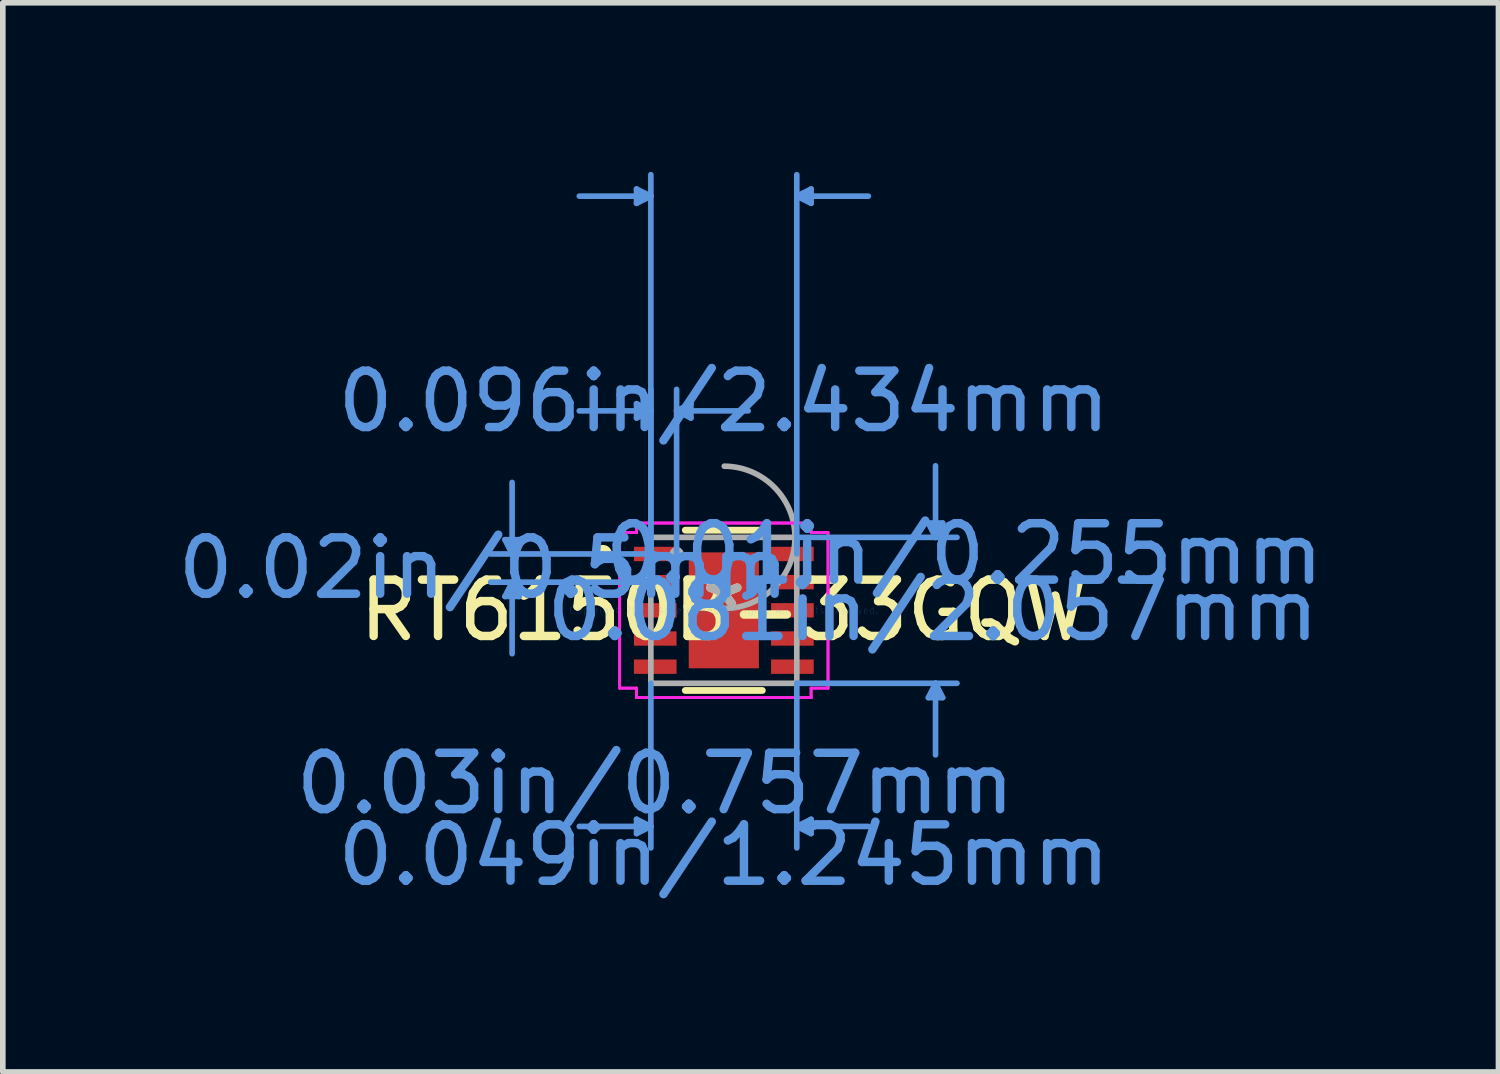
<source format=kicad_pcb>
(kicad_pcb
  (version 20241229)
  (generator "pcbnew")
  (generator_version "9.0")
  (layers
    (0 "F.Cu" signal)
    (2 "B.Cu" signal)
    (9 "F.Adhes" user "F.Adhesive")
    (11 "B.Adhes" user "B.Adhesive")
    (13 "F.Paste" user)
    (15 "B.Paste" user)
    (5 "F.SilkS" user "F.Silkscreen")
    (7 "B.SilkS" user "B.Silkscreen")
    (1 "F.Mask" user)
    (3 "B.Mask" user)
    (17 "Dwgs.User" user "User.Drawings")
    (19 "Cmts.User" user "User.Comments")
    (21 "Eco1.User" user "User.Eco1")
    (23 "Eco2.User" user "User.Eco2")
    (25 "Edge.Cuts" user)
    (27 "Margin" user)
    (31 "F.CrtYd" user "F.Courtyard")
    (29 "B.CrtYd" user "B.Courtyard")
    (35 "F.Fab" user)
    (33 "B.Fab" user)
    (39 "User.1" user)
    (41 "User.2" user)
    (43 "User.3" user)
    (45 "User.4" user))
  (footprint "RT6150B-33GQW"
    (layer "F.Cu")
    (at 9.795 7.781)
    (property "Reference" "RT6150B-33GQW" (at 0 0 0) (layer "F.SilkS") (effects (font (size 1 1) (thickness 0.15))))
    (attr through_hole)
    (fp_line (start -0.684 1.422) (end 0.684 1.422) (stroke (width 0.12) (type solid)) (layer "F.SilkS"))
    (fp_line (start 0.684 -1.422) (end -0.684 -1.422) (stroke (width 0.12) (type solid)) (layer "F.SilkS"))
    (fp_circle (center -2.146 -1) (end -2.045 -1) (stroke (width 0.12) (type solid)) (fill no) (layer "F.SilkS"))
    (fp_line (start -3.884 -1.254) (end -3.63 -1.254) (stroke (width 0.1) (type solid)) (layer "Cmts.User"))
    (fp_line (start -3.884 -0.246) (end -3.63 -0.246) (stroke (width 0.1) (type solid)) (layer "Cmts.User"))
    (fp_line (start -3.757 -1) (end -3.884 -1.254) (stroke (width 0.1) (type solid)) (layer "Cmts.User"))
    (fp_line (start -3.757 -1) (end -3.757 -2.27) (stroke (width 0.1) (type solid)) (layer "Cmts.User"))
    (fp_line (start -3.757 -1) (end -3.63 -1.254) (stroke (width 0.1) (type solid)) (layer "Cmts.User"))
    (fp_line (start -3.757 -0.5) (end -3.884 -0.246) (stroke (width 0.1) (type solid)) (layer "Cmts.User"))
    (fp_line (start -3.757 -0.5) (end -3.757 0.77) (stroke (width 0.1) (type solid)) (layer "Cmts.User"))
    (fp_line (start -3.757 -0.5) (end -3.63 -0.246) (stroke (width 0.1) (type solid)) (layer "Cmts.User"))
    (fp_line (start -1.549 -7.477) (end -1.549 -7.223) (stroke (width 0.1) (type solid)) (layer "Cmts.User"))
    (fp_line (start -1.549 -3.667) (end -1.549 -3.413) (stroke (width 0.1) (type solid)) (layer "Cmts.User"))
    (fp_line (start -1.549 3.708) (end -1.549 3.962) (stroke (width 0.1) (type solid)) (layer "Cmts.User"))
    (fp_line (start -1.295 -7.35) (end -2.565 -7.35) (stroke (width 0.1) (type solid)) (layer "Cmts.User"))
    (fp_line (start -1.295 -7.35) (end -1.549 -7.477) (stroke (width 0.1) (type solid)) (layer "Cmts.User"))
    (fp_line (start -1.295 -7.35) (end -1.549 -7.223) (stroke (width 0.1) (type solid)) (layer "Cmts.User"))
    (fp_line (start -1.295 -3.54) (end -2.565 -3.54) (stroke (width 0.1) (type solid)) (layer "Cmts.User"))
    (fp_line (start -1.295 -3.54) (end -1.549 -3.667) (stroke (width 0.1) (type solid)) (layer "Cmts.User"))
    (fp_line (start -1.295 -3.54) (end -1.549 -3.413) (stroke (width 0.1) (type solid)) (layer "Cmts.User"))
    (fp_line (start -1.295 -1) (end -1.295 -7.731) (stroke (width 0.1) (type solid)) (layer "Cmts.User"))
    (fp_line (start -1.295 -1) (end -1.295 -3.921) (stroke (width 0.1) (type solid)) (layer "Cmts.User"))
    (fp_line (start -1.295 1.295) (end -1.295 4.216) (stroke (width 0.1) (type solid)) (layer "Cmts.User"))
    (fp_line (start -1.295 3.835) (end -2.565 3.835) (stroke (width 0.1) (type solid)) (layer "Cmts.User"))
    (fp_line (start -1.295 3.835) (end -1.549 3.708) (stroke (width 0.1) (type solid)) (layer "Cmts.User"))
    (fp_line (start -1.295 3.835) (end -1.549 3.962) (stroke (width 0.1) (type solid)) (layer "Cmts.User"))
    (fp_line (start -1.217 -1) (end -4.138 -1) (stroke (width 0.1) (type solid)) (layer "Cmts.User"))
    (fp_line (start -1.217 -0.5) (end -4.138 -0.5) (stroke (width 0.1) (type solid)) (layer "Cmts.User"))
    (fp_line (start -0.838 -3.54) (end -0.584 -3.667) (stroke (width 0.1) (type solid)) (layer "Cmts.User"))
    (fp_line (start -0.838 -3.54) (end -0.584 -3.413) (stroke (width 0.1) (type solid)) (layer "Cmts.User"))
    (fp_line (start -0.838 -3.54) (end 0.432 -3.54) (stroke (width 0.1) (type solid)) (layer "Cmts.User"))
    (fp_line (start -0.838 -1) (end -0.838 -3.921) (stroke (width 0.1) (type solid)) (layer "Cmts.User"))
    (fp_line (start -0.584 -3.667) (end -0.584 -3.413) (stroke (width 0.1) (type solid)) (layer "Cmts.User"))
    (fp_line (start 1.295 -7.35) (end 1.549 -7.477) (stroke (width 0.1) (type solid)) (layer "Cmts.User"))
    (fp_line (start 1.295 -7.35) (end 1.549 -7.223) (stroke (width 0.1) (type solid)) (layer "Cmts.User"))
    (fp_line (start 1.295 -7.35) (end 2.565 -7.35) (stroke (width 0.1) (type solid)) (layer "Cmts.User"))
    (fp_line (start 1.295 -1.295) (end 4.138 -1.295) (stroke (width 0.1) (type solid)) (layer "Cmts.User"))
    (fp_line (start 1.295 -1) (end 1.295 -7.731) (stroke (width 0.1) (type solid)) (layer "Cmts.User"))
    (fp_line (start 1.295 1.295) (end 1.295 4.216) (stroke (width 0.1) (type solid)) (layer "Cmts.User"))
    (fp_line (start 1.295 1.295) (end 4.138 1.295) (stroke (width 0.1) (type solid)) (layer "Cmts.User"))
    (fp_line (start 1.295 3.835) (end 1.549 3.708) (stroke (width 0.1) (type solid)) (layer "Cmts.User"))
    (fp_line (start 1.295 3.835) (end 1.549 3.962) (stroke (width 0.1) (type solid)) (layer "Cmts.User"))
    (fp_line (start 1.295 3.835) (end 2.565 3.835) (stroke (width 0.1) (type solid)) (layer "Cmts.User"))
    (fp_line (start 1.549 -7.477) (end 1.549 -7.223) (stroke (width 0.1) (type solid)) (layer "Cmts.User"))
    (fp_line (start 1.549 3.708) (end 1.549 3.962) (stroke (width 0.1) (type solid)) (layer "Cmts.User"))
    (fp_line (start 3.63 -1.549) (end 3.884 -1.549) (stroke (width 0.1) (type solid)) (layer "Cmts.User"))
    (fp_line (start 3.63 1.549) (end 3.884 1.549) (stroke (width 0.1) (type solid)) (layer "Cmts.User"))
    (fp_line (start 3.757 -1.295) (end 3.63 -1.549) (stroke (width 0.1) (type solid)) (layer "Cmts.User"))
    (fp_line (start 3.757 -1.295) (end 3.757 -2.565) (stroke (width 0.1) (type solid)) (layer "Cmts.User"))
    (fp_line (start 3.757 -1.295) (end 3.884 -1.549) (stroke (width 0.1) (type solid)) (layer "Cmts.User"))
    (fp_line (start 3.757 1.295) (end 3.63 1.549) (stroke (width 0.1) (type solid)) (layer "Cmts.User"))
    (fp_line (start 3.757 1.295) (end 3.757 2.565) (stroke (width 0.1) (type solid)) (layer "Cmts.User"))
    (fp_line (start 3.757 1.295) (end 3.884 1.549) (stroke (width 0.1) (type solid)) (layer "Cmts.User"))
    (fp_line (start -1.849 -1.381) (end -1.549 -1.381) (stroke (width 0.05) (type solid)) (layer "F.CrtYd"))
    (fp_line (start -1.849 -1.381) (end -1.549 -1.381) (stroke (width 0.05) (type solid)) (layer "F.CrtYd"))
    (fp_line (start -1.849 1.381) (end -1.849 -1.381) (stroke (width 0.05) (type solid)) (layer "F.CrtYd"))
    (fp_line (start -1.849 1.381) (end -1.849 -1.381) (stroke (width 0.05) (type solid)) (layer "F.CrtYd"))
    (fp_line (start -1.849 1.381) (end -1.549 1.381) (stroke (width 0.05) (type solid)) (layer "F.CrtYd"))
    (fp_line (start -1.549 -1.549) (end 1.549 -1.549) (stroke (width 0.05) (type solid)) (layer "F.CrtYd"))
    (fp_line (start -1.549 -1.549) (end 1.549 -1.549) (stroke (width 0.05) (type solid)) (layer "F.CrtYd"))
    (fp_line (start -1.549 -1.381) (end -1.549 -1.549) (stroke (width 0.05) (type solid)) (layer "F.CrtYd"))
    (fp_line (start -1.549 -1.381) (end -1.549 -1.549) (stroke (width 0.05) (type solid)) (layer "F.CrtYd"))
    (fp_line (start -1.549 1.381) (end -1.849 1.381) (stroke (width 0.05) (type solid)) (layer "F.CrtYd"))
    (fp_line (start -1.549 1.549) (end -1.549 1.381) (stroke (width 0.05) (type solid)) (layer "F.CrtYd"))
    (fp_line (start -1.549 1.549) (end -1.549 1.381) (stroke (width 0.05) (type solid)) (layer "F.CrtYd"))
    (fp_line (start 1.549 -1.549) (end 1.549 -1.381) (stroke (width 0.05) (type solid)) (layer "F.CrtYd"))
    (fp_line (start 1.549 -1.549) (end 1.549 -1.381) (stroke (width 0.05) (type solid)) (layer "F.CrtYd"))
    (fp_line (start 1.549 -1.381) (end 1.849 -1.381) (stroke (width 0.05) (type solid)) (layer "F.CrtYd"))
    (fp_line (start 1.549 1.381) (end 1.549 1.549) (stroke (width 0.05) (type solid)) (layer "F.CrtYd"))
    (fp_line (start 1.549 1.381) (end 1.549 1.549) (stroke (width 0.05) (type solid)) (layer "F.CrtYd"))
    (fp_line (start 1.549 1.549) (end -1.549 1.549) (stroke (width 0.05) (type solid)) (layer "F.CrtYd"))
    (fp_line (start 1.549 1.549) (end -1.549 1.549) (stroke (width 0.05) (type solid)) (layer "F.CrtYd"))
    (fp_line (start 1.849 -1.381) (end 1.549 -1.381) (stroke (width 0.05) (type solid)) (layer "F.CrtYd"))
    (fp_line (start 1.849 -1.381) (end 1.849 1.381) (stroke (width 0.05) (type solid)) (layer "F.CrtYd"))
    (fp_line (start 1.849 -1.381) (end 1.849 1.381) (stroke (width 0.05) (type solid)) (layer "F.CrtYd"))
    (fp_line (start 1.849 1.381) (end 1.549 1.381) (stroke (width 0.05) (type solid)) (layer "F.CrtYd"))
    (fp_line (start 1.849 1.381) (end 1.549 1.381) (stroke (width 0.05) (type solid)) (layer "F.CrtYd"))
    (fp_line (start -1.295 -1.295) (end -1.295 1.295) (stroke (width 0.1) (type solid)) (layer "F.Fab"))
    (fp_line (start -1.295 1.295) (end 1.295 1.295) (stroke (width 0.1) (type solid)) (layer "F.Fab"))
    (fp_line (start 1.295 -1.295) (end -1.295 -1.295) (stroke (width 0.1) (type solid)) (layer "F.Fab"))
    (fp_line (start 1.295 1.295) (end 1.295 -1.295) (stroke (width 0.1) (type solid)) (layer "F.Fab"))
    (fp_arc (start 0.007742 -2.557897) (mid 1.262497 -1.287658) (end -0.007742 -0.032903) (stroke (width 0.1) (type solid)) (layer "F.Fab"))
    (fp_circle (center -0.838 -1) (end -0.762 -1) (stroke (width 0.1) (type solid)) (fill no) (layer "F.Fab"))
    (fp_text user "*" (at 0 0 0) (layer "F.SilkS") (effects (font (size 1 1) (thickness 0.15))))
    (fp_text user "0.01in/0.255mm" (at 4.265 -1 0) (layer "Cmts.User") (effects (font (size 1 1) (thickness 0.15))))
    (fp_text user "0.081in/2.057mm" (at 3.708 0 0) (layer "Cmts.User") (effects (font (size 1 1) (thickness 0.15))))
    (fp_text user "0.049in/1.245mm" (at 0 4.343 0) (layer "Cmts.User") (effects (font (size 1 1) (thickness 0.15))))
    (fp_text user "Copyright 2021 Accelerated Designs. All rights reserved." (at 0 0 0) (layer "Cmts.User") (effects (font (size 0.127 0.127) (thickness 0.002))))
    (fp_text user "0.02in/0.5mm" (at -4.265 -0.75 0) (layer "Cmts.User") (effects (font (size 1 1) (thickness 0.15))))
    (fp_text user "0.096in/2.434mm" (at 0 -3.708 0) (layer "Cmts.User") (effects (font (size 1 1) (thickness 0.15))))
    (fp_text user "0.03in/0.757mm" (at -1.217 3.073 0) (layer "Cmts.User") (effects (font (size 1 1) (thickness 0.15))))
    (fp_text user "*" (at 0 0 0) (layer "F.Fab") (effects (font (size 1 1) (thickness 0.15))))
    (pad "1" smd rect (at -1.217 -1) (size 0.757 0.255) (layers "F.Cu" "F.Mask" "F.Paste"))
    (pad "2" smd rect (at -1.217 -0.5) (size 0.757 0.255) (layers "F.Cu" "F.Mask" "F.Paste"))
    (pad "3" smd rect (at -1.217 0) (size 0.757 0.255) (layers "F.Cu" "F.Mask" "F.Paste"))
    (pad "4" smd rect (at -1.217 0.5) (size 0.757 0.255) (layers "F.Cu" "F.Mask" "F.Paste"))
    (pad "5" smd rect (at -1.217 1) (size 0.757 0.255) (layers "F.Cu" "F.Mask" "F.Paste"))
    (pad "6" smd rect (at 1.217 1) (size 0.757 0.255) (layers "F.Cu" "F.Mask" "F.Paste"))
    (pad "7" smd rect (at 1.217 0.5) (size 0.757 0.255) (layers "F.Cu" "F.Mask" "F.Paste"))
    (pad "8" smd rect (at 1.217 0) (size 0.757 0.255) (layers "F.Cu" "F.Mask" "F.Paste"))
    (pad "9" smd rect (at 1.217 -0.5) (size 0.757 0.255) (layers "F.Cu" "F.Mask" "F.Paste"))
    (pad "10" smd rect (at 1.217 -1) (size 0.757 0.255) (layers "F.Cu" "F.Mask" "F.Paste"))
    (pad "11" smd rect (at 0 0) (size 1.245 2.057) (layers "F.Cu" "F.Mask" "F.Paste")))
  (gr_rect
    (start -3 -3)
    (end 23.542 15.973)
    (stroke (width 0.1) (type default))
    (fill no)
    (layer "Edge.Cuts")))
</source>
